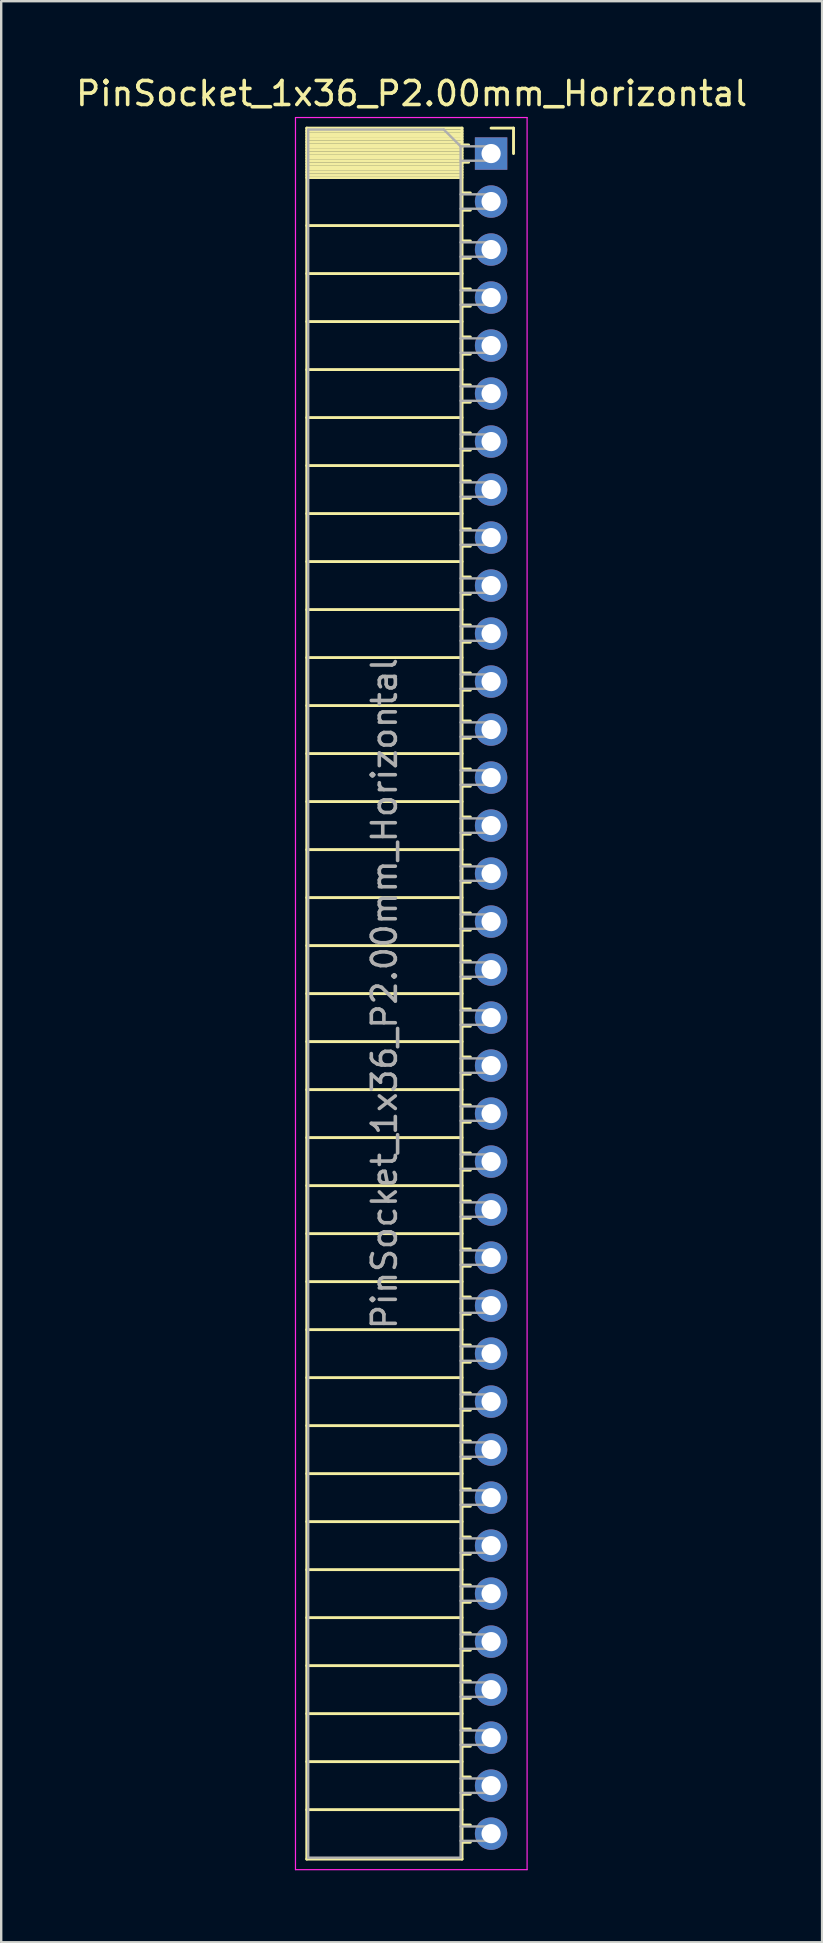
<source format=kicad_pcb>
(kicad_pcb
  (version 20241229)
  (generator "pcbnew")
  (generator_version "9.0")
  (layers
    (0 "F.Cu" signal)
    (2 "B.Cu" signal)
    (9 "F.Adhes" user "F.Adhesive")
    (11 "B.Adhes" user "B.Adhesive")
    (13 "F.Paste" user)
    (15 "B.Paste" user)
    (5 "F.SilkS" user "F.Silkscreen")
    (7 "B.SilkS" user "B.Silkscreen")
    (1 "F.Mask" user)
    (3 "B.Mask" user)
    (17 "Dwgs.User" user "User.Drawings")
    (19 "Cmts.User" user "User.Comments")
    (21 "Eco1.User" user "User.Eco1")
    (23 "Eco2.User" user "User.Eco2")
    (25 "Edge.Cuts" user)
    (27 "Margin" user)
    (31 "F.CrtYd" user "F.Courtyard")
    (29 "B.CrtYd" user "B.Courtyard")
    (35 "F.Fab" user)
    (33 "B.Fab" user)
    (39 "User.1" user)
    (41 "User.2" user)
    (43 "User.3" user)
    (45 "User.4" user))
  (footprint "PinSocket_1x36_P2.00mm_Horizontal"
    (layer "F.Cu")
    (at 17.411 3.348)
    (property "Reference" "PinSocket_1x36_P2.00mm_Horizontal" (at -3.31 -2.5 0) (layer "F.SilkS") (effects (font (size 1 1) (thickness 0.15))))
    (attr through_hole)
    (fp_line (start -7.68 -1.06) (end -7.68 71.06) (stroke (width 0.12) (type solid)) (layer "F.SilkS"))
    (fp_line (start -7.68 -1.06) (end -1.21 -1.06) (stroke (width 0.12) (type solid)) (layer "F.SilkS"))
    (fp_line (start -7.68 -0.94) (end -1.21 -0.94) (stroke (width 0.12) (type solid)) (layer "F.SilkS"))
    (fp_line (start -7.68 -0.826) (end -1.21 -0.826) (stroke (width 0.12) (type solid)) (layer "F.SilkS"))
    (fp_line (start -7.68 -0.712) (end -1.21 -0.712) (stroke (width 0.12) (type solid)) (layer "F.SilkS"))
    (fp_line (start -7.68 -0.598) (end -1.21 -0.598) (stroke (width 0.12) (type solid)) (layer "F.SilkS"))
    (fp_line (start -7.68 -0.484) (end -1.21 -0.484) (stroke (width 0.12) (type solid)) (layer "F.SilkS"))
    (fp_line (start -7.68 -0.369) (end -1.21 -0.369) (stroke (width 0.12) (type solid)) (layer "F.SilkS"))
    (fp_line (start -7.68 -0.255) (end -1.21 -0.255) (stroke (width 0.12) (type solid)) (layer "F.SilkS"))
    (fp_line (start -7.68 -0.141) (end -1.21 -0.141) (stroke (width 0.12) (type solid)) (layer "F.SilkS"))
    (fp_line (start -7.68 -0.027) (end -1.21 -0.027) (stroke (width 0.12) (type solid)) (layer "F.SilkS"))
    (fp_line (start -7.68 0.087) (end -1.21 0.087) (stroke (width 0.12) (type solid)) (layer "F.SilkS"))
    (fp_line (start -7.68 0.201) (end -1.21 0.201) (stroke (width 0.12) (type solid)) (layer "F.SilkS"))
    (fp_line (start -7.68 0.315) (end -1.21 0.315) (stroke (width 0.12) (type solid)) (layer "F.SilkS"))
    (fp_line (start -7.68 0.429) (end -1.21 0.429) (stroke (width 0.12) (type solid)) (layer "F.SilkS"))
    (fp_line (start -7.68 0.544) (end -1.21 0.544) (stroke (width 0.12) (type solid)) (layer "F.SilkS"))
    (fp_line (start -7.68 0.658) (end -1.21 0.658) (stroke (width 0.12) (type solid)) (layer "F.SilkS"))
    (fp_line (start -7.68 0.772) (end -1.21 0.772) (stroke (width 0.12) (type solid)) (layer "F.SilkS"))
    (fp_line (start -7.68 0.886) (end -1.21 0.886) (stroke (width 0.12) (type solid)) (layer "F.SilkS"))
    (fp_line (start -7.68 1) (end -1.21 1) (stroke (width 0.12) (type solid)) (layer "F.SilkS"))
    (fp_line (start -7.68 3) (end -1.21 3) (stroke (width 0.12) (type solid)) (layer "F.SilkS"))
    (fp_line (start -7.68 5) (end -1.21 5) (stroke (width 0.12) (type solid)) (layer "F.SilkS"))
    (fp_line (start -7.68 7) (end -1.21 7) (stroke (width 0.12) (type solid)) (layer "F.SilkS"))
    (fp_line (start -7.68 9) (end -1.21 9) (stroke (width 0.12) (type solid)) (layer "F.SilkS"))
    (fp_line (start -7.68 11) (end -1.21 11) (stroke (width 0.12) (type solid)) (layer "F.SilkS"))
    (fp_line (start -7.68 13) (end -1.21 13) (stroke (width 0.12) (type solid)) (layer "F.SilkS"))
    (fp_line (start -7.68 15) (end -1.21 15) (stroke (width 0.12) (type solid)) (layer "F.SilkS"))
    (fp_line (start -7.68 17) (end -1.21 17) (stroke (width 0.12) (type solid)) (layer "F.SilkS"))
    (fp_line (start -7.68 19) (end -1.21 19) (stroke (width 0.12) (type solid)) (layer "F.SilkS"))
    (fp_line (start -7.68 21) (end -1.21 21) (stroke (width 0.12) (type solid)) (layer "F.SilkS"))
    (fp_line (start -7.68 23) (end -1.21 23) (stroke (width 0.12) (type solid)) (layer "F.SilkS"))
    (fp_line (start -7.68 25) (end -1.21 25) (stroke (width 0.12) (type solid)) (layer "F.SilkS"))
    (fp_line (start -7.68 27) (end -1.21 27) (stroke (width 0.12) (type solid)) (layer "F.SilkS"))
    (fp_line (start -7.68 29) (end -1.21 29) (stroke (width 0.12) (type solid)) (layer "F.SilkS"))
    (fp_line (start -7.68 31) (end -1.21 31) (stroke (width 0.12) (type solid)) (layer "F.SilkS"))
    (fp_line (start -7.68 33) (end -1.21 33) (stroke (width 0.12) (type solid)) (layer "F.SilkS"))
    (fp_line (start -7.68 35) (end -1.21 35) (stroke (width 0.12) (type solid)) (layer "F.SilkS"))
    (fp_line (start -7.68 37) (end -1.21 37) (stroke (width 0.12) (type solid)) (layer "F.SilkS"))
    (fp_line (start -7.68 39) (end -1.21 39) (stroke (width 0.12) (type solid)) (layer "F.SilkS"))
    (fp_line (start -7.68 41) (end -1.21 41) (stroke (width 0.12) (type solid)) (layer "F.SilkS"))
    (fp_line (start -7.68 43) (end -1.21 43) (stroke (width 0.12) (type solid)) (layer "F.SilkS"))
    (fp_line (start -7.68 45) (end -1.21 45) (stroke (width 0.12) (type solid)) (layer "F.SilkS"))
    (fp_line (start -7.68 47) (end -1.21 47) (stroke (width 0.12) (type solid)) (layer "F.SilkS"))
    (fp_line (start -7.68 49) (end -1.21 49) (stroke (width 0.12) (type solid)) (layer "F.SilkS"))
    (fp_line (start -7.68 51) (end -1.21 51) (stroke (width 0.12) (type solid)) (layer "F.SilkS"))
    (fp_line (start -7.68 53) (end -1.21 53) (stroke (width 0.12) (type solid)) (layer "F.SilkS"))
    (fp_line (start -7.68 55) (end -1.21 55) (stroke (width 0.12) (type solid)) (layer "F.SilkS"))
    (fp_line (start -7.68 57) (end -1.21 57) (stroke (width 0.12) (type solid)) (layer "F.SilkS"))
    (fp_line (start -7.68 59) (end -1.21 59) (stroke (width 0.12) (type solid)) (layer "F.SilkS"))
    (fp_line (start -7.68 61) (end -1.21 61) (stroke (width 0.12) (type solid)) (layer "F.SilkS"))
    (fp_line (start -7.68 63) (end -1.21 63) (stroke (width 0.12) (type solid)) (layer "F.SilkS"))
    (fp_line (start -7.68 65) (end -1.21 65) (stroke (width 0.12) (type solid)) (layer "F.SilkS"))
    (fp_line (start -7.68 67) (end -1.21 67) (stroke (width 0.12) (type solid)) (layer "F.SilkS"))
    (fp_line (start -7.68 69) (end -1.21 69) (stroke (width 0.12) (type solid)) (layer "F.SilkS"))
    (fp_line (start -7.68 71.06) (end -1.21 71.06) (stroke (width 0.12) (type solid)) (layer "F.SilkS"))
    (fp_line (start -1.21 -1.06) (end -1.21 71.06) (stroke (width 0.12) (type solid)) (layer "F.SilkS"))
    (fp_line (start -1.21 -0.36) (end -0.935 -0.36) (stroke (width 0.12) (type solid)) (layer "F.SilkS"))
    (fp_line (start -1.21 0.36) (end -0.935 0.36) (stroke (width 0.12) (type solid)) (layer "F.SilkS"))
    (fp_line (start -1.21 1.64) (end -0.863 1.64) (stroke (width 0.12) (type solid)) (layer "F.SilkS"))
    (fp_line (start -1.21 2.36) (end -0.863 2.36) (stroke (width 0.12) (type solid)) (layer "F.SilkS"))
    (fp_line (start -1.21 3.64) (end -0.863 3.64) (stroke (width 0.12) (type solid)) (layer "F.SilkS"))
    (fp_line (start -1.21 4.36) (end -0.863 4.36) (stroke (width 0.12) (type solid)) (layer "F.SilkS"))
    (fp_line (start -1.21 5.64) (end -0.863 5.64) (stroke (width 0.12) (type solid)) (layer "F.SilkS"))
    (fp_line (start -1.21 6.36) (end -0.863 6.36) (stroke (width 0.12) (type solid)) (layer "F.SilkS"))
    (fp_line (start -1.21 7.64) (end -0.863 7.64) (stroke (width 0.12) (type solid)) (layer "F.SilkS"))
    (fp_line (start -1.21 8.36) (end -0.863 8.36) (stroke (width 0.12) (type solid)) (layer "F.SilkS"))
    (fp_line (start -1.21 9.64) (end -0.863 9.64) (stroke (width 0.12) (type solid)) (layer "F.SilkS"))
    (fp_line (start -1.21 10.36) (end -0.863 10.36) (stroke (width 0.12) (type solid)) (layer "F.SilkS"))
    (fp_line (start -1.21 11.64) (end -0.863 11.64) (stroke (width 0.12) (type solid)) (layer "F.SilkS"))
    (fp_line (start -1.21 12.36) (end -0.863 12.36) (stroke (width 0.12) (type solid)) (layer "F.SilkS"))
    (fp_line (start -1.21 13.64) (end -0.863 13.64) (stroke (width 0.12) (type solid)) (layer "F.SilkS"))
    (fp_line (start -1.21 14.36) (end -0.863 14.36) (stroke (width 0.12) (type solid)) (layer "F.SilkS"))
    (fp_line (start -1.21 15.64) (end -0.863 15.64) (stroke (width 0.12) (type solid)) (layer "F.SilkS"))
    (fp_line (start -1.21 16.36) (end -0.863 16.36) (stroke (width 0.12) (type solid)) (layer "F.SilkS"))
    (fp_line (start -1.21 17.64) (end -0.863 17.64) (stroke (width 0.12) (type solid)) (layer "F.SilkS"))
    (fp_line (start -1.21 18.36) (end -0.863 18.36) (stroke (width 0.12) (type solid)) (layer "F.SilkS"))
    (fp_line (start -1.21 19.64) (end -0.863 19.64) (stroke (width 0.12) (type solid)) (layer "F.SilkS"))
    (fp_line (start -1.21 20.36) (end -0.863 20.36) (stroke (width 0.12) (type solid)) (layer "F.SilkS"))
    (fp_line (start -1.21 21.64) (end -0.863 21.64) (stroke (width 0.12) (type solid)) (layer "F.SilkS"))
    (fp_line (start -1.21 22.36) (end -0.863 22.36) (stroke (width 0.12) (type solid)) (layer "F.SilkS"))
    (fp_line (start -1.21 23.64) (end -0.863 23.64) (stroke (width 0.12) (type solid)) (layer "F.SilkS"))
    (fp_line (start -1.21 24.36) (end -0.863 24.36) (stroke (width 0.12) (type solid)) (layer "F.SilkS"))
    (fp_line (start -1.21 25.64) (end -0.863 25.64) (stroke (width 0.12) (type solid)) (layer "F.SilkS"))
    (fp_line (start -1.21 26.36) (end -0.863 26.36) (stroke (width 0.12) (type solid)) (layer "F.SilkS"))
    (fp_line (start -1.21 27.64) (end -0.863 27.64) (stroke (width 0.12) (type solid)) (layer "F.SilkS"))
    (fp_line (start -1.21 28.36) (end -0.863 28.36) (stroke (width 0.12) (type solid)) (layer "F.SilkS"))
    (fp_line (start -1.21 29.64) (end -0.863 29.64) (stroke (width 0.12) (type solid)) (layer "F.SilkS"))
    (fp_line (start -1.21 30.36) (end -0.863 30.36) (stroke (width 0.12) (type solid)) (layer "F.SilkS"))
    (fp_line (start -1.21 31.64) (end -0.863 31.64) (stroke (width 0.12) (type solid)) (layer "F.SilkS"))
    (fp_line (start -1.21 32.36) (end -0.863 32.36) (stroke (width 0.12) (type solid)) (layer "F.SilkS"))
    (fp_line (start -1.21 33.64) (end -0.863 33.64) (stroke (width 0.12) (type solid)) (layer "F.SilkS"))
    (fp_line (start -1.21 34.36) (end -0.863 34.36) (stroke (width 0.12) (type solid)) (layer "F.SilkS"))
    (fp_line (start -1.21 35.64) (end -0.863 35.64) (stroke (width 0.12) (type solid)) (layer "F.SilkS"))
    (fp_line (start -1.21 36.36) (end -0.863 36.36) (stroke (width 0.12) (type solid)) (layer "F.SilkS"))
    (fp_line (start -1.21 37.64) (end -0.863 37.64) (stroke (width 0.12) (type solid)) (layer "F.SilkS"))
    (fp_line (start -1.21 38.36) (end -0.863 38.36) (stroke (width 0.12) (type solid)) (layer "F.SilkS"))
    (fp_line (start -1.21 39.64) (end -0.863 39.64) (stroke (width 0.12) (type solid)) (layer "F.SilkS"))
    (fp_line (start -1.21 40.36) (end -0.863 40.36) (stroke (width 0.12) (type solid)) (layer "F.SilkS"))
    (fp_line (start -1.21 41.64) (end -0.863 41.64) (stroke (width 0.12) (type solid)) (layer "F.SilkS"))
    (fp_line (start -1.21 42.36) (end -0.863 42.36) (stroke (width 0.12) (type solid)) (layer "F.SilkS"))
    (fp_line (start -1.21 43.64) (end -0.863 43.64) (stroke (width 0.12) (type solid)) (layer "F.SilkS"))
    (fp_line (start -1.21 44.36) (end -0.863 44.36) (stroke (width 0.12) (type solid)) (layer "F.SilkS"))
    (fp_line (start -1.21 45.64) (end -0.863 45.64) (stroke (width 0.12) (type solid)) (layer "F.SilkS"))
    (fp_line (start -1.21 46.36) (end -0.863 46.36) (stroke (width 0.12) (type solid)) (layer "F.SilkS"))
    (fp_line (start -1.21 47.64) (end -0.863 47.64) (stroke (width 0.12) (type solid)) (layer "F.SilkS"))
    (fp_line (start -1.21 48.36) (end -0.863 48.36) (stroke (width 0.12) (type solid)) (layer "F.SilkS"))
    (fp_line (start -1.21 49.64) (end -0.863 49.64) (stroke (width 0.12) (type solid)) (layer "F.SilkS"))
    (fp_line (start -1.21 50.36) (end -0.863 50.36) (stroke (width 0.12) (type solid)) (layer "F.SilkS"))
    (fp_line (start -1.21 51.64) (end -0.863 51.64) (stroke (width 0.12) (type solid)) (layer "F.SilkS"))
    (fp_line (start -1.21 52.36) (end -0.863 52.36) (stroke (width 0.12) (type solid)) (layer "F.SilkS"))
    (fp_line (start -1.21 53.64) (end -0.863 53.64) (stroke (width 0.12) (type solid)) (layer "F.SilkS"))
    (fp_line (start -1.21 54.36) (end -0.863 54.36) (stroke (width 0.12) (type solid)) (layer "F.SilkS"))
    (fp_line (start -1.21 55.64) (end -0.863 55.64) (stroke (width 0.12) (type solid)) (layer "F.SilkS"))
    (fp_line (start -1.21 56.36) (end -0.863 56.36) (stroke (width 0.12) (type solid)) (layer "F.SilkS"))
    (fp_line (start -1.21 57.64) (end -0.863 57.64) (stroke (width 0.12) (type solid)) (layer "F.SilkS"))
    (fp_line (start -1.21 58.36) (end -0.863 58.36) (stroke (width 0.12) (type solid)) (layer "F.SilkS"))
    (fp_line (start -1.21 59.64) (end -0.863 59.64) (stroke (width 0.12) (type solid)) (layer "F.SilkS"))
    (fp_line (start -1.21 60.36) (end -0.863 60.36) (stroke (width 0.12) (type solid)) (layer "F.SilkS"))
    (fp_line (start -1.21 61.64) (end -0.863 61.64) (stroke (width 0.12) (type solid)) (layer "F.SilkS"))
    (fp_line (start -1.21 62.36) (end -0.863 62.36) (stroke (width 0.12) (type solid)) (layer "F.SilkS"))
    (fp_line (start -1.21 63.64) (end -0.863 63.64) (stroke (width 0.12) (type solid)) (layer "F.SilkS"))
    (fp_line (start -1.21 64.36) (end -0.863 64.36) (stroke (width 0.12) (type solid)) (layer "F.SilkS"))
    (fp_line (start -1.21 65.64) (end -0.863 65.64) (stroke (width 0.12) (type solid)) (layer "F.SilkS"))
    (fp_line (start -1.21 66.36) (end -0.863 66.36) (stroke (width 0.12) (type solid)) (layer "F.SilkS"))
    (fp_line (start -1.21 67.64) (end -0.863 67.64) (stroke (width 0.12) (type solid)) (layer "F.SilkS"))
    (fp_line (start -1.21 68.36) (end -0.863 68.36) (stroke (width 0.12) (type solid)) (layer "F.SilkS"))
    (fp_line (start -1.21 69.64) (end -0.863 69.64) (stroke (width 0.12) (type solid)) (layer "F.SilkS"))
    (fp_line (start -1.21 70.36) (end -0.863 70.36) (stroke (width 0.12) (type solid)) (layer "F.SilkS"))
    (fp_line (start 0 -1.06) (end 0.935 -1.06) (stroke (width 0.12) (type solid)) (layer "F.SilkS"))
    (fp_line (start 0.935 -1.06) (end 0.935 0) (stroke (width 0.12) (type solid)) (layer "F.SilkS"))
    (fp_line (start -8.15 -1.5) (end -8.15 71.5) (stroke (width 0.05) (type solid)) (layer "F.CrtYd"))
    (fp_line (start -8.15 71.5) (end 1.5 71.5) (stroke (width 0.05) (type solid)) (layer "F.CrtYd"))
    (fp_line (start 1.5 -1.5) (end -8.15 -1.5) (stroke (width 0.05) (type solid)) (layer "F.CrtYd"))
    (fp_line (start 1.5 71.5) (end 1.5 -1.5) (stroke (width 0.05) (type solid)) (layer "F.CrtYd"))
    (fp_line (start -7.62 -1) (end -1.97 -1) (stroke (width 0.1) (type solid)) (layer "F.Fab"))
    (fp_line (start -7.62 71) (end -7.62 -1) (stroke (width 0.1) (type solid)) (layer "F.Fab"))
    (fp_line (start -1.97 -1) (end -1.27 -0.3) (stroke (width 0.1) (type solid)) (layer "F.Fab"))
    (fp_line (start -1.27 -0.3) (end -1.27 71) (stroke (width 0.1) (type solid)) (layer "F.Fab"))
    (fp_line (start -1.27 0.3) (end 0 0.3) (stroke (width 0.1) (type solid)) (layer "F.Fab"))
    (fp_line (start -1.27 2.3) (end 0 2.3) (stroke (width 0.1) (type solid)) (layer "F.Fab"))
    (fp_line (start -1.27 4.3) (end 0 4.3) (stroke (width 0.1) (type solid)) (layer "F.Fab"))
    (fp_line (start -1.27 6.3) (end 0 6.3) (stroke (width 0.1) (type solid)) (layer "F.Fab"))
    (fp_line (start -1.27 8.3) (end 0 8.3) (stroke (width 0.1) (type solid)) (layer "F.Fab"))
    (fp_line (start -1.27 10.3) (end 0 10.3) (stroke (width 0.1) (type solid)) (layer "F.Fab"))
    (fp_line (start -1.27 12.3) (end 0 12.3) (stroke (width 0.1) (type solid)) (layer "F.Fab"))
    (fp_line (start -1.27 14.3) (end 0 14.3) (stroke (width 0.1) (type solid)) (layer "F.Fab"))
    (fp_line (start -1.27 16.3) (end 0 16.3) (stroke (width 0.1) (type solid)) (layer "F.Fab"))
    (fp_line (start -1.27 18.3) (end 0 18.3) (stroke (width 0.1) (type solid)) (layer "F.Fab"))
    (fp_line (start -1.27 20.3) (end 0 20.3) (stroke (width 0.1) (type solid)) (layer "F.Fab"))
    (fp_line (start -1.27 22.3) (end 0 22.3) (stroke (width 0.1) (type solid)) (layer "F.Fab"))
    (fp_line (start -1.27 24.3) (end 0 24.3) (stroke (width 0.1) (type solid)) (layer "F.Fab"))
    (fp_line (start -1.27 26.3) (end 0 26.3) (stroke (width 0.1) (type solid)) (layer "F.Fab"))
    (fp_line (start -1.27 28.3) (end 0 28.3) (stroke (width 0.1) (type solid)) (layer "F.Fab"))
    (fp_line (start -1.27 30.3) (end 0 30.3) (stroke (width 0.1) (type solid)) (layer "F.Fab"))
    (fp_line (start -1.27 32.3) (end 0 32.3) (stroke (width 0.1) (type solid)) (layer "F.Fab"))
    (fp_line (start -1.27 34.3) (end 0 34.3) (stroke (width 0.1) (type solid)) (layer "F.Fab"))
    (fp_line (start -1.27 36.3) (end 0 36.3) (stroke (width 0.1) (type solid)) (layer "F.Fab"))
    (fp_line (start -1.27 38.3) (end 0 38.3) (stroke (width 0.1) (type solid)) (layer "F.Fab"))
    (fp_line (start -1.27 40.3) (end 0 40.3) (stroke (width 0.1) (type solid)) (layer "F.Fab"))
    (fp_line (start -1.27 42.3) (end 0 42.3) (stroke (width 0.1) (type solid)) (layer "F.Fab"))
    (fp_line (start -1.27 44.3) (end 0 44.3) (stroke (width 0.1) (type solid)) (layer "F.Fab"))
    (fp_line (start -1.27 46.3) (end 0 46.3) (stroke (width 0.1) (type solid)) (layer "F.Fab"))
    (fp_line (start -1.27 48.3) (end 0 48.3) (stroke (width 0.1) (type solid)) (layer "F.Fab"))
    (fp_line (start -1.27 50.3) (end 0 50.3) (stroke (width 0.1) (type solid)) (layer "F.Fab"))
    (fp_line (start -1.27 52.3) (end 0 52.3) (stroke (width 0.1) (type solid)) (layer "F.Fab"))
    (fp_line (start -1.27 54.3) (end 0 54.3) (stroke (width 0.1) (type solid)) (layer "F.Fab"))
    (fp_line (start -1.27 56.3) (end 0 56.3) (stroke (width 0.1) (type solid)) (layer "F.Fab"))
    (fp_line (start -1.27 58.3) (end 0 58.3) (stroke (width 0.1) (type solid)) (layer "F.Fab"))
    (fp_line (start -1.27 60.3) (end 0 60.3) (stroke (width 0.1) (type solid)) (layer "F.Fab"))
    (fp_line (start -1.27 62.3) (end 0 62.3) (stroke (width 0.1) (type solid)) (layer "F.Fab"))
    (fp_line (start -1.27 64.3) (end 0 64.3) (stroke (width 0.1) (type solid)) (layer "F.Fab"))
    (fp_line (start -1.27 66.3) (end 0 66.3) (stroke (width 0.1) (type solid)) (layer "F.Fab"))
    (fp_line (start -1.27 68.3) (end 0 68.3) (stroke (width 0.1) (type solid)) (layer "F.Fab"))
    (fp_line (start -1.27 70.3) (end 0 70.3) (stroke (width 0.1) (type solid)) (layer "F.Fab"))
    (fp_line (start -1.27 71) (end -7.62 71) (stroke (width 0.1) (type solid)) (layer "F.Fab"))
    (fp_line (start 0 -0.3) (end -1.27 -0.3) (stroke (width 0.1) (type solid)) (layer "F.Fab"))
    (fp_line (start 0 0.3) (end 0 -0.3) (stroke (width 0.1) (type solid)) (layer "F.Fab"))
    (fp_line (start 0 1.7) (end -1.27 1.7) (stroke (width 0.1) (type solid)) (layer "F.Fab"))
    (fp_line (start 0 2.3) (end 0 1.7) (stroke (width 0.1) (type solid)) (layer "F.Fab"))
    (fp_line (start 0 3.7) (end -1.27 3.7) (stroke (width 0.1) (type solid)) (layer "F.Fab"))
    (fp_line (start 0 4.3) (end 0 3.7) (stroke (width 0.1) (type solid)) (layer "F.Fab"))
    (fp_line (start 0 5.7) (end -1.27 5.7) (stroke (width 0.1) (type solid)) (layer "F.Fab"))
    (fp_line (start 0 6.3) (end 0 5.7) (stroke (width 0.1) (type solid)) (layer "F.Fab"))
    (fp_line (start 0 7.7) (end -1.27 7.7) (stroke (width 0.1) (type solid)) (layer "F.Fab"))
    (fp_line (start 0 8.3) (end 0 7.7) (stroke (width 0.1) (type solid)) (layer "F.Fab"))
    (fp_line (start 0 9.7) (end -1.27 9.7) (stroke (width 0.1) (type solid)) (layer "F.Fab"))
    (fp_line (start 0 10.3) (end 0 9.7) (stroke (width 0.1) (type solid)) (layer "F.Fab"))
    (fp_line (start 0 11.7) (end -1.27 11.7) (stroke (width 0.1) (type solid)) (layer "F.Fab"))
    (fp_line (start 0 12.3) (end 0 11.7) (stroke (width 0.1) (type solid)) (layer "F.Fab"))
    (fp_line (start 0 13.7) (end -1.27 13.7) (stroke (width 0.1) (type solid)) (layer "F.Fab"))
    (fp_line (start 0 14.3) (end 0 13.7) (stroke (width 0.1) (type solid)) (layer "F.Fab"))
    (fp_line (start 0 15.7) (end -1.27 15.7) (stroke (width 0.1) (type solid)) (layer "F.Fab"))
    (fp_line (start 0 16.3) (end 0 15.7) (stroke (width 0.1) (type solid)) (layer "F.Fab"))
    (fp_line (start 0 17.7) (end -1.27 17.7) (stroke (width 0.1) (type solid)) (layer "F.Fab"))
    (fp_line (start 0 18.3) (end 0 17.7) (stroke (width 0.1) (type solid)) (layer "F.Fab"))
    (fp_line (start 0 19.7) (end -1.27 19.7) (stroke (width 0.1) (type solid)) (layer "F.Fab"))
    (fp_line (start 0 20.3) (end 0 19.7) (stroke (width 0.1) (type solid)) (layer "F.Fab"))
    (fp_line (start 0 21.7) (end -1.27 21.7) (stroke (width 0.1) (type solid)) (layer "F.Fab"))
    (fp_line (start 0 22.3) (end 0 21.7) (stroke (width 0.1) (type solid)) (layer "F.Fab"))
    (fp_line (start 0 23.7) (end -1.27 23.7) (stroke (width 0.1) (type solid)) (layer "F.Fab"))
    (fp_line (start 0 24.3) (end 0 23.7) (stroke (width 0.1) (type solid)) (layer "F.Fab"))
    (fp_line (start 0 25.7) (end -1.27 25.7) (stroke (width 0.1) (type solid)) (layer "F.Fab"))
    (fp_line (start 0 26.3) (end 0 25.7) (stroke (width 0.1) (type solid)) (layer "F.Fab"))
    (fp_line (start 0 27.7) (end -1.27 27.7) (stroke (width 0.1) (type solid)) (layer "F.Fab"))
    (fp_line (start 0 28.3) (end 0 27.7) (stroke (width 0.1) (type solid)) (layer "F.Fab"))
    (fp_line (start 0 29.7) (end -1.27 29.7) (stroke (width 0.1) (type solid)) (layer "F.Fab"))
    (fp_line (start 0 30.3) (end 0 29.7) (stroke (width 0.1) (type solid)) (layer "F.Fab"))
    (fp_line (start 0 31.7) (end -1.27 31.7) (stroke (width 0.1) (type solid)) (layer "F.Fab"))
    (fp_line (start 0 32.3) (end 0 31.7) (stroke (width 0.1) (type solid)) (layer "F.Fab"))
    (fp_line (start 0 33.7) (end -1.27 33.7) (stroke (width 0.1) (type solid)) (layer "F.Fab"))
    (fp_line (start 0 34.3) (end 0 33.7) (stroke (width 0.1) (type solid)) (layer "F.Fab"))
    (fp_line (start 0 35.7) (end -1.27 35.7) (stroke (width 0.1) (type solid)) (layer "F.Fab"))
    (fp_line (start 0 36.3) (end 0 35.7) (stroke (width 0.1) (type solid)) (layer "F.Fab"))
    (fp_line (start 0 37.7) (end -1.27 37.7) (stroke (width 0.1) (type solid)) (layer "F.Fab"))
    (fp_line (start 0 38.3) (end 0 37.7) (stroke (width 0.1) (type solid)) (layer "F.Fab"))
    (fp_line (start 0 39.7) (end -1.27 39.7) (stroke (width 0.1) (type solid)) (layer "F.Fab"))
    (fp_line (start 0 40.3) (end 0 39.7) (stroke (width 0.1) (type solid)) (layer "F.Fab"))
    (fp_line (start 0 41.7) (end -1.27 41.7) (stroke (width 0.1) (type solid)) (layer "F.Fab"))
    (fp_line (start 0 42.3) (end 0 41.7) (stroke (width 0.1) (type solid)) (layer "F.Fab"))
    (fp_line (start 0 43.7) (end -1.27 43.7) (stroke (width 0.1) (type solid)) (layer "F.Fab"))
    (fp_line (start 0 44.3) (end 0 43.7) (stroke (width 0.1) (type solid)) (layer "F.Fab"))
    (fp_line (start 0 45.7) (end -1.27 45.7) (stroke (width 0.1) (type solid)) (layer "F.Fab"))
    (fp_line (start 0 46.3) (end 0 45.7) (stroke (width 0.1) (type solid)) (layer "F.Fab"))
    (fp_line (start 0 47.7) (end -1.27 47.7) (stroke (width 0.1) (type solid)) (layer "F.Fab"))
    (fp_line (start 0 48.3) (end 0 47.7) (stroke (width 0.1) (type solid)) (layer "F.Fab"))
    (fp_line (start 0 49.7) (end -1.27 49.7) (stroke (width 0.1) (type solid)) (layer "F.Fab"))
    (fp_line (start 0 50.3) (end 0 49.7) (stroke (width 0.1) (type solid)) (layer "F.Fab"))
    (fp_line (start 0 51.7) (end -1.27 51.7) (stroke (width 0.1) (type solid)) (layer "F.Fab"))
    (fp_line (start 0 52.3) (end 0 51.7) (stroke (width 0.1) (type solid)) (layer "F.Fab"))
    (fp_line (start 0 53.7) (end -1.27 53.7) (stroke (width 0.1) (type solid)) (layer "F.Fab"))
    (fp_line (start 0 54.3) (end 0 53.7) (stroke (width 0.1) (type solid)) (layer "F.Fab"))
    (fp_line (start 0 55.7) (end -1.27 55.7) (stroke (width 0.1) (type solid)) (layer "F.Fab"))
    (fp_line (start 0 56.3) (end 0 55.7) (stroke (width 0.1) (type solid)) (layer "F.Fab"))
    (fp_line (start 0 57.7) (end -1.27 57.7) (stroke (width 0.1) (type solid)) (layer "F.Fab"))
    (fp_line (start 0 58.3) (end 0 57.7) (stroke (width 0.1) (type solid)) (layer "F.Fab"))
    (fp_line (start 0 59.7) (end -1.27 59.7) (stroke (width 0.1) (type solid)) (layer "F.Fab"))
    (fp_line (start 0 60.3) (end 0 59.7) (stroke (width 0.1) (type solid)) (layer "F.Fab"))
    (fp_line (start 0 61.7) (end -1.27 61.7) (stroke (width 0.1) (type solid)) (layer "F.Fab"))
    (fp_line (start 0 62.3) (end 0 61.7) (stroke (width 0.1) (type solid)) (layer "F.Fab"))
    (fp_line (start 0 63.7) (end -1.27 63.7) (stroke (width 0.1) (type solid)) (layer "F.Fab"))
    (fp_line (start 0 64.3) (end 0 63.7) (stroke (width 0.1) (type solid)) (layer "F.Fab"))
    (fp_line (start 0 65.7) (end -1.27 65.7) (stroke (width 0.1) (type solid)) (layer "F.Fab"))
    (fp_line (start 0 66.3) (end 0 65.7) (stroke (width 0.1) (type solid)) (layer "F.Fab"))
    (fp_line (start 0 67.7) (end -1.27 67.7) (stroke (width 0.1) (type solid)) (layer "F.Fab"))
    (fp_line (start 0 68.3) (end 0 67.7) (stroke (width 0.1) (type solid)) (layer "F.Fab"))
    (fp_line (start 0 69.7) (end -1.27 69.7) (stroke (width 0.1) (type solid)) (layer "F.Fab"))
    (fp_line (start 0 70.3) (end 0 69.7) (stroke (width 0.1) (type solid)) (layer "F.Fab"))
    (fp_text user "${REFERENCE}" (at -4.445 35 90) (layer "F.Fab") (effects (font (size 1 1) (thickness 0.15))))
    (pad "1" thru_hole rect (at 0 0) (size 1.35 1.35) (drill 0.8) (layers "*.Cu" "*.Mask"))
    (pad "2" thru_hole oval (at 0 2) (size 1.35 1.35) (drill 0.8) (layers "*.Cu" "*.Mask"))
    (pad "3" thru_hole oval (at 0 4) (size 1.35 1.35) (drill 0.8) (layers "*.Cu" "*.Mask"))
    (pad "4" thru_hole oval (at 0 6) (size 1.35 1.35) (drill 0.8) (layers "*.Cu" "*.Mask"))
    (pad "5" thru_hole oval (at 0 8) (size 1.35 1.35) (drill 0.8) (layers "*.Cu" "*.Mask"))
    (pad "6" thru_hole oval (at 0 10) (size 1.35 1.35) (drill 0.8) (layers "*.Cu" "*.Mask"))
    (pad "7" thru_hole oval (at 0 12) (size 1.35 1.35) (drill 0.8) (layers "*.Cu" "*.Mask"))
    (pad "8" thru_hole oval (at 0 14) (size 1.35 1.35) (drill 0.8) (layers "*.Cu" "*.Mask"))
    (pad "9" thru_hole oval (at 0 16) (size 1.35 1.35) (drill 0.8) (layers "*.Cu" "*.Mask"))
    (pad "10" thru_hole oval (at 0 18) (size 1.35 1.35) (drill 0.8) (layers "*.Cu" "*.Mask"))
    (pad "11" thru_hole oval (at 0 20) (size 1.35 1.35) (drill 0.8) (layers "*.Cu" "*.Mask"))
    (pad "12" thru_hole oval (at 0 22) (size 1.35 1.35) (drill 0.8) (layers "*.Cu" "*.Mask"))
    (pad "13" thru_hole oval (at 0 24) (size 1.35 1.35) (drill 0.8) (layers "*.Cu" "*.Mask"))
    (pad "14" thru_hole oval (at 0 26) (size 1.35 1.35) (drill 0.8) (layers "*.Cu" "*.Mask"))
    (pad "15" thru_hole oval (at 0 28) (size 1.35 1.35) (drill 0.8) (layers "*.Cu" "*.Mask"))
    (pad "16" thru_hole oval (at 0 30) (size 1.35 1.35) (drill 0.8) (layers "*.Cu" "*.Mask"))
    (pad "17" thru_hole oval (at 0 32) (size 1.35 1.35) (drill 0.8) (layers "*.Cu" "*.Mask"))
    (pad "18" thru_hole oval (at 0 34) (size 1.35 1.35) (drill 0.8) (layers "*.Cu" "*.Mask"))
    (pad "19" thru_hole oval (at 0 36) (size 1.35 1.35) (drill 0.8) (layers "*.Cu" "*.Mask"))
    (pad "20" thru_hole oval (at 0 38) (size 1.35 1.35) (drill 0.8) (layers "*.Cu" "*.Mask"))
    (pad "21" thru_hole oval (at 0 40) (size 1.35 1.35) (drill 0.8) (layers "*.Cu" "*.Mask"))
    (pad "22" thru_hole oval (at 0 42) (size 1.35 1.35) (drill 0.8) (layers "*.Cu" "*.Mask"))
    (pad "23" thru_hole oval (at 0 44) (size 1.35 1.35) (drill 0.8) (layers "*.Cu" "*.Mask"))
    (pad "24" thru_hole oval (at 0 46) (size 1.35 1.35) (drill 0.8) (layers "*.Cu" "*.Mask"))
    (pad "25" thru_hole oval (at 0 48) (size 1.35 1.35) (drill 0.8) (layers "*.Cu" "*.Mask"))
    (pad "26" thru_hole oval (at 0 50) (size 1.35 1.35) (drill 0.8) (layers "*.Cu" "*.Mask"))
    (pad "27" thru_hole oval (at 0 52) (size 1.35 1.35) (drill 0.8) (layers "*.Cu" "*.Mask"))
    (pad "28" thru_hole oval (at 0 54) (size 1.35 1.35) (drill 0.8) (layers "*.Cu" "*.Mask"))
    (pad "29" thru_hole oval (at 0 56) (size 1.35 1.35) (drill 0.8) (layers "*.Cu" "*.Mask"))
    (pad "30" thru_hole oval (at 0 58) (size 1.35 1.35) (drill 0.8) (layers "*.Cu" "*.Mask"))
    (pad "31" thru_hole oval (at 0 60) (size 1.35 1.35) (drill 0.8) (layers "*.Cu" "*.Mask"))
    (pad "32" thru_hole oval (at 0 62) (size 1.35 1.35) (drill 0.8) (layers "*.Cu" "*.Mask"))
    (pad "33" thru_hole oval (at 0 64) (size 1.35 1.35) (drill 0.8) (layers "*.Cu" "*.Mask"))
    (pad "34" thru_hole oval (at 0 66) (size 1.35 1.35) (drill 0.8) (layers "*.Cu" "*.Mask"))
    (pad "35" thru_hole oval (at 0 68) (size 1.35 1.35) (drill 0.8) (layers "*.Cu" "*.Mask"))
    (pad "36" thru_hole oval (at 0 70) (size 1.35 1.35) (drill 0.8) (layers "*.Cu" "*.Mask")))
  (gr_rect
    (start -3 -3)
    (end 31.202 77.873)
    (stroke (width 0.1) (type default))
    (fill no)
    (layer "Edge.Cuts")))
</source>
